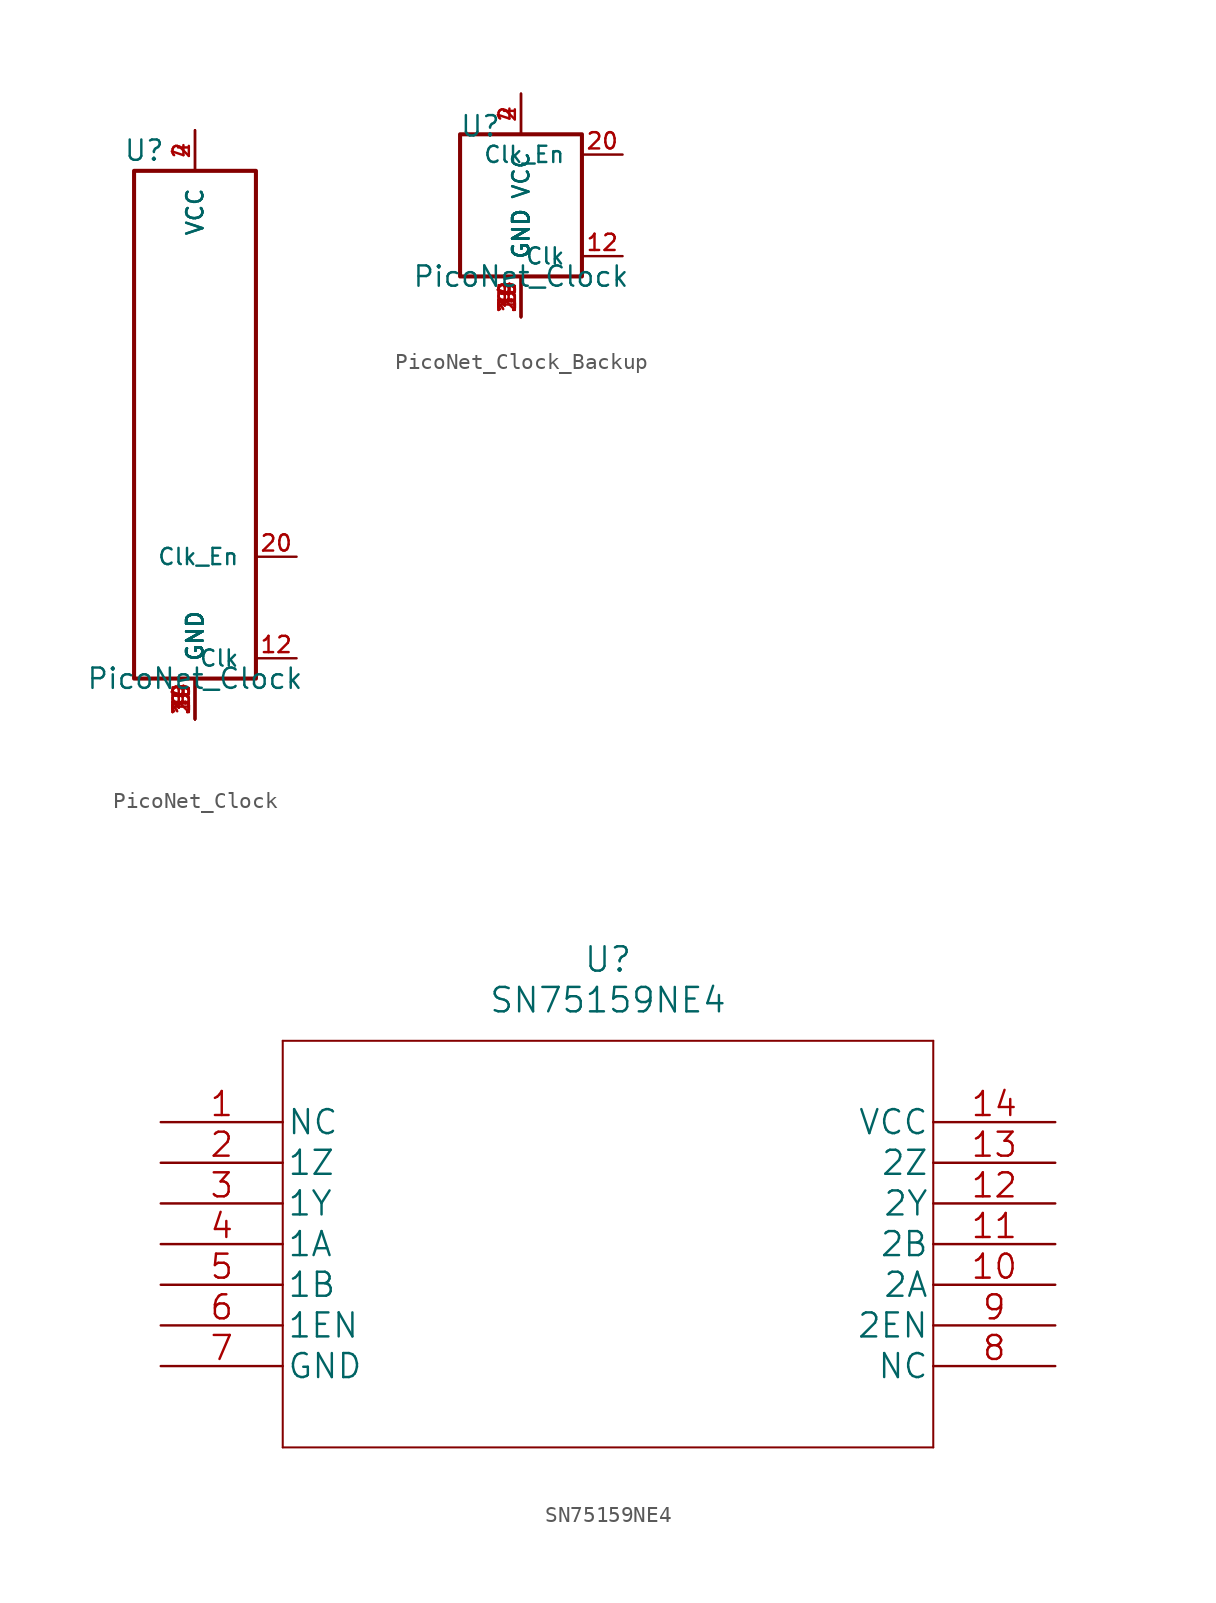
<source format=kicad_sym>
(kicad_symbol_lib
  (version 20220914)
  (generator kicad_symbol_editor)
  (symbol "PicoNet_Clock"
    (pin_names
      (offset 1.016))
    (property "Reference" "U"
      (at -6.985 33.02 0)
      (effects (font (size 1.27 1.27))))
    (property "Value" "PicoNet_Clock"
      (at -3.81 0 0)
      (effects (font (size 1.27 1.27))))
    (symbol "PicoNet_Clock_0_0"
      (pin power_in line (at -3.81 -2.54 90) (length 2.54) (name "GND" (effects (font (size 1.016 1.016)))) (number "14" (effects (font (size 1.016 1.016)))))
      (pin output line (at 2.54 7.62 180) (length 2.54) (name "Clk_En" (effects (font (size 1.016 1.016)))) (number "20" (effects (font (size 1.016 1.016)))))
      (pin power_in line (at -3.81 -2.54 90) (length 2.54) (name "GND" (effects (font (size 1.016 1.016)))) (number "25" (effects (font (size 1.016 1.016)))))
      (pin power_in line (at -3.81 -2.54 90) (length 2.54) (name "GND" (effects (font (size 1.016 1.016)))) (number "30" (effects (font (size 1.016 1.016)))))
      (pin power_in line (at -3.81 -2.54 90) (length 2.54) (name "GND" (effects (font (size 1.016 1.016)))) (number "34" (effects (font (size 1.016 1.016)))))
      (pin power_in line (at -3.81 -2.54 90) (length 2.54) (name "GND" (effects (font (size 1.016 1.016)))) (number "39" (effects (font (size 1.016 1.016)))))
      (pin power_in line (at -3.81 -2.54 90) (length 2.54) (name "GND" (effects (font (size 1.016 1.016)))) (number "9" (effects (font (size 1.016 1.016))))))
    (symbol "PicoNet_Clock_0_1"
      (rectangle (start -7.62 31.75) (end 0 0) (stroke (width 0.254) (type default)) (fill (type none)))
      (pin output line (at 2.54 1.27 180) (length 2.54) (name "Clk" (effects (font (size 1.016 1.016)))) (number "12" (effects (font (size 1.016 1.016))))))
    (symbol "PicoNet_Clock_1_0"
      (pin no_connect non_logic (at -7.62 22.86 0) (length 0) hide (name "N/C" (effects (font (size 1.016 1.016)))) (number "26" (effects (font (size 1.016 1.016)))))
      (pin no_connect non_logic (at 0 20.32 180) (length 0) hide (name "N/C" (effects (font (size 1.016 1.016)))) (number "8" (effects (font (size 1.016 1.016))))))
    (symbol "PicoNet_Clock_1_1"
      (pin no_connect non_logic (at 0 19.05 180) (length 0) hide (name "N/C" (effects (font (size 1.016 1.016)))) (number "1" (effects (font (size 1.016 1.016)))))
      (pin no_connect non_logic (at -7.62 21.59 0) (length 0) hide (name "N/C" (effects (font (size 1.016 1.016)))) (number "10" (effects (font (size 1.016 1.016)))))
      (pin no_connect non_logic (at -7.62 20.32 0) (length 0) hide (name "N/C" (effects (font (size 1.016 1.016)))) (number "11" (effects (font (size 1.016 1.016)))))
      (pin no_connect non_logic (at -7.62 19.05 0) (length 0) hide (name "N/C" (effects (font (size 1.016 1.016)))) (number "13" (effects (font (size 1.016 1.016)))))
      (pin no_connect non_logic (at -7.62 17.78 0) (length 0) hide (name "N/C" (effects (font (size 1.016 1.016)))) (number "15" (effects (font (size 1.016 1.016)))))
      (pin no_connect non_logic (at -7.62 16.51 0) (length 0) hide (name "N/C" (effects (font (size 1.016 1.016)))) (number "16" (effects (font (size 1.016 1.016)))))
      (pin no_connect non_logic (at -7.62 15.24 0) (length 0) hide (name "N/C" (effects (font (size 1.016 1.016)))) (number "17" (effects (font (size 1.016 1.016)))))
      (pin no_connect non_logic (at -7.62 13.97 0) (length 0) hide (name "N/C" (effects (font (size 1.016 1.016)))) (number "18" (effects (font (size 1.016 1.016)))))
      (pin no_connect non_logic (at -7.62 12.7 0) (length 0) hide (name "N/C" (effects (font (size 1.016 1.016)))) (number "19" (effects (font (size 1.016 1.016)))))
      (pin power_in line (at -3.81 34.29 270) (length 2.54) (name "VCC" (effects (font (size 1.016 1.016)))) (number "2" (effects (font (size 1.016 1.016)))))
      (pin no_connect non_logic (at -7.62 11.43 0) (length 0) hide (name "N/C" (effects (font (size 1.016 1.016)))) (number "21" (effects (font (size 1.016 1.016)))))
      (pin no_connect non_logic (at -7.62 10.16 0) (length 0) hide (name "N/C" (effects (font (size 1.016 1.016)))) (number "22" (effects (font (size 1.016 1.016)))))
      (pin no_connect non_logic (at 0 15.24 180) (length 0) hide (name "N/C" (effects (font (size 1.016 1.016)))) (number "23" (effects (font (size 1.016 1.016)))))
      (pin no_connect non_logic (at 0 13.97 180) (length 0) hide (name "N/C" (effects (font (size 1.016 1.016)))) (number "24" (effects (font (size 1.016 1.016)))))
      (pin no_connect non_logic (at 0 12.7 180) (length 0) hide (name "N/C" (effects (font (size 1.016 1.016)))) (number "27" (effects (font (size 1.016 1.016)))))
      (pin no_connect non_logic (at 0 11.43 180) (length 0) hide (name "N/C" (effects (font (size 1.016 1.016)))) (number "28" (effects (font (size 1.016 1.016)))))
      (pin no_connect non_logic (at 0 10.16 180) (length 0) hide (name "N/C" (effects (font (size 1.016 1.016)))) (number "29" (effects (font (size 1.016 1.016)))))
      (pin no_connect non_logic (at 0 17.78 180) (length 0) hide (name "N/C" (effects (font (size 1.016 1.016)))) (number "3" (effects (font (size 1.016 1.016)))))
      (pin no_connect non_logic (at -7.62 26.67 0) (length 0) hide (name "N/C" (effects (font (size 1.016 1.016)))) (number "31" (effects (font (size 1.016 1.016)))))
      (pin no_connect non_logic (at -7.62 25.4 0) (length 0) hide (name "N/C" (effects (font (size 1.016 1.016)))) (number "32" (effects (font (size 1.016 1.016)))))
      (pin no_connect non_logic (at -7.62 24.13 0) (length 0) hide (name "N/C" (effects (font (size 1.016 1.016)))) (number "33" (effects (font (size 1.016 1.016)))))
      (pin no_connect non_logic (at 0 26.67 180) (length 0) hide (name "N/C" (effects (font (size 1.016 1.016)))) (number "35" (effects (font (size 1.016 1.016)))))
      (pin no_connect non_logic (at 0 25.4 180) (length 0) hide (name "N/C" (effects (font (size 1.016 1.016)))) (number "36" (effects (font (size 1.016 1.016)))))
      (pin no_connect non_logic (at 0 24.13 180) (length 0) hide (name "N/C" (effects (font (size 1.016 1.016)))) (number "37" (effects (font (size 1.016 1.016)))))
      (pin no_connect non_logic (at 0 22.86 180) (length 0) hide (name "N/C" (effects (font (size 1.016 1.016)))) (number "38" (effects (font (size 1.016 1.016)))))
      (pin power_in line (at -3.81 34.29 270) (length 2.54) (name "VCC" (effects (font (size 1.016 1.016)))) (number "4" (effects (font (size 1.016 1.016)))))
      (pin no_connect non_logic (at 0 21.59 180) (length 0) hide (name "N/C" (effects (font (size 1.016 1.016)))) (number "40" (effects (font (size 1.016 1.016)))))
      (pin no_connect non_logic (at 0 16.51 180) (length 0) hide (name "N/C" (effects (font (size 1.016 1.016)))) (number "5" (effects (font (size 1.016 1.016)))))
      (pin power_in line (at -3.81 -2.54 90) (length 2.54) (name "GND" (effects (font (size 1.016 1.016)))) (number "6" (effects (font (size 1.016 1.016)))))
      (pin no_connect non_logic (at -7.62 8.89 0) (length 0) hide (name "N/C" (effects (font (size 1.016 1.016)))) (number "7" (effects (font (size 1.016 1.016)))))))
  (symbol "PicoNet_Clock_Backup"
    (pin_names
      (offset 1.016))
    (property "Reference" "U"
      (at -2.54 5.588 0)
      (effects (font (size 1.27 1.27))))
    (property "Value" "PicoNet_Clock"
      (at 0 -3.81 0)
      (effects (font (size 1.27 1.27))))
    (symbol "PicoNet_Clock_Backup_0_0"
      (pin power_in line (at 0 -6.35 90) (length 2.54) (name "GND" (effects (font (size 1.016 1.016)))) (number "14" (effects (font (size 1.016 1.016)))))
      (pin output line (at 6.35 3.81 180) (length 2.54) (name "Clk_En" (effects (font (size 1.016 1.016)))) (number "20" (effects (font (size 1.016 1.016)))))
      (pin power_in line (at 0 -6.35 90) (length 2.54) (name "GND" (effects (font (size 1.016 1.016)))) (number "25" (effects (font (size 1.016 1.016)))))
      (pin no_connect non_logic (at -3.81 0 0) (length 0) hide (name "N/C" (effects (font (size 1.016 1.016)))) (number "26" (effects (font (size 1.016 1.016)))))
      (pin power_in line (at 0 -6.35 90) (length 2.54) (name "GND" (effects (font (size 1.016 1.016)))) (number "30" (effects (font (size 1.016 1.016)))))
      (pin power_in line (at 0 -6.35 90) (length 2.54) (name "GND" (effects (font (size 1.016 1.016)))) (number "34" (effects (font (size 1.016 1.016)))))
      (pin power_in line (at 0 -6.35 90) (length 2.54) (name "GND" (effects (font (size 1.016 1.016)))) (number "39" (effects (font (size 1.016 1.016)))))
      (pin no_connect non_logic (at -3.81 0 0) (length 0) hide (name "N/C" (effects (font (size 1.016 1.016)))) (number "8" (effects (font (size 1.016 1.016)))))
      (pin power_in line (at 0 -6.35 90) (length 2.54) (name "GND" (effects (font (size 1.016 1.016)))) (number "9" (effects (font (size 1.016 1.016))))))
    (symbol "PicoNet_Clock_Backup_0_1"
      (rectangle (start -3.81 5.08) (end 3.81 -3.81) (stroke (width 0.254) (type default)) (fill (type none)))
      (pin no_connect non_logic (at -3.81 0 0) (length 0) hide (name "N/C" (effects (font (size 1.016 1.016)))) (number "10" (effects (font (size 1.016 1.016)))))
      (pin no_connect non_logic (at -3.81 0 0) (length 0) hide (name "N/C" (effects (font (size 1.016 1.016)))) (number "11" (effects (font (size 1.016 1.016)))))
      (pin output line (at 6.35 -2.54 180) (length 2.54) (name "Clk" (effects (font (size 1.016 1.016)))) (number "12" (effects (font (size 1.016 1.016)))))
      (pin no_connect non_logic (at -3.81 0 0) (length 0) hide (name "N/C" (effects (font (size 1.016 1.016)))) (number "13" (effects (font (size 1.016 1.016)))))
      (pin no_connect non_logic (at -3.81 0 0) (length 0) hide (name "N/C" (effects (font (size 1.016 1.016)))) (number "15" (effects (font (size 1.016 1.016)))))
      (pin no_connect non_logic (at -3.81 0 0) (length 0) hide (name "N/C" (effects (font (size 1.016 1.016)))) (number "16" (effects (font (size 1.016 1.016)))))
      (pin no_connect non_logic (at -3.81 0 0) (length 0) hide (name "N/C" (effects (font (size 1.016 1.016)))) (number "17" (effects (font (size 1.016 1.016)))))
      (pin no_connect non_logic (at -3.81 0 0) (length 0) hide (name "N/C" (effects (font (size 1.016 1.016)))) (number "18" (effects (font (size 1.016 1.016)))))
      (pin no_connect non_logic (at -3.81 0 0) (length 0) hide (name "N/C" (effects (font (size 1.016 1.016)))) (number "19" (effects (font (size 1.016 1.016)))))
      (pin no_connect non_logic (at -3.81 0 0) (length 0) hide (name "N/C" (effects (font (size 1.016 1.016)))) (number "27" (effects (font (size 1.016 1.016)))))
      (pin no_connect non_logic (at -3.81 0 0) (length 0) hide (name "N/C" (effects (font (size 1.016 1.016)))) (number "28" (effects (font (size 1.016 1.016)))))
      (pin no_connect non_logic (at -3.81 0 0) (length 0) hide (name "N/C" (effects (font (size 1.016 1.016)))) (number "29" (effects (font (size 1.016 1.016)))))
      (pin no_connect non_logic (at -3.81 0 0) (length 0) hide (name "N/C" (effects (font (size 1.016 1.016)))) (number "31" (effects (font (size 1.016 1.016)))))
      (pin no_connect non_logic (at -3.81 0 0) (length 0) hide (name "N/C" (effects (font (size 1.016 1.016)))) (number "32" (effects (font (size 1.016 1.016)))))
      (pin no_connect non_logic (at -3.81 0 0) (length 0) hide (name "N/C" (effects (font (size 1.016 1.016)))) (number "33" (effects (font (size 1.016 1.016)))))
      (pin no_connect non_logic (at -3.81 0 0) (length 0) hide (name "N/C" (effects (font (size 1.016 1.016)))) (number "35" (effects (font (size 1.016 1.016)))))
      (pin no_connect non_logic (at -3.81 0 0) (length 0) hide (name "N/C" (effects (font (size 1.016 1.016)))) (number "36" (effects (font (size 1.016 1.016)))))
      (pin no_connect non_logic (at -3.81 0 0) (length 0) hide (name "N/C" (effects (font (size 1.016 1.016)))) (number "37" (effects (font (size 1.016 1.016)))))
      (pin no_connect non_logic (at -3.81 0 0) (length 0) hide (name "N/C" (effects (font (size 1.016 1.016)))) (number "38" (effects (font (size 1.016 1.016)))))
      (pin no_connect non_logic (at -3.81 0 0) (length 0) hide (name "N/C" (effects (font (size 1.016 1.016)))) (number "40" (effects (font (size 1.016 1.016))))))
    (symbol "PicoNet_Clock_Backup_1_1"
      (pin no_connect non_logic (at -3.81 0 0) (length 0) hide (name "N/C" (effects (font (size 1.016 1.016)))) (number "1" (effects (font (size 1.016 1.016)))))
      (pin power_in line (at 0 7.62 270) (length 2.54) (name "VCC" (effects (font (size 1.016 1.016)))) (number "2" (effects (font (size 1.016 1.016)))))
      (pin no_connect non_logic (at -3.81 0 0) (length 0) hide (name "N/C" (effects (font (size 1.016 1.016)))) (number "21" (effects (font (size 1.016 1.016)))))
      (pin no_connect non_logic (at -3.81 0 0) (length 0) hide (name "N/C" (effects (font (size 1.016 1.016)))) (number "22" (effects (font (size 1.016 1.016)))))
      (pin no_connect non_logic (at -3.81 0 0) (length 0) hide (name "N/C" (effects (font (size 1.016 1.016)))) (number "23" (effects (font (size 1.016 1.016)))))
      (pin no_connect non_logic (at -3.81 0 0) (length 0) hide (name "N/C" (effects (font (size 1.016 1.016)))) (number "24" (effects (font (size 1.016 1.016)))))
      (pin no_connect non_logic (at -3.81 0 0) (length 0) hide (name "N/C" (effects (font (size 1.016 1.016)))) (number "3" (effects (font (size 1.016 1.016)))))
      (pin power_in line (at 0 7.62 270) (length 2.54) (name "VCC" (effects (font (size 1.016 1.016)))) (number "4" (effects (font (size 1.016 1.016)))))
      (pin no_connect non_logic (at -3.81 0 0) (length 0) hide (name "N/C" (effects (font (size 1.016 1.016)))) (number "5" (effects (font (size 1.016 1.016)))))
      (pin power_in line (at 0 -6.35 90) (length 2.54) (name "GND" (effects (font (size 1.016 1.016)))) (number "6" (effects (font (size 1.016 1.016)))))
      (pin no_connect non_logic (at -3.81 0 0) (length 0) hide (name "N/C" (effects (font (size 1.016 1.016)))) (number "7" (effects (font (size 1.016 1.016)))))))
  (symbol "SN75159NE4"
    (pin_names
      (offset 0.254))
    (property "Reference" "U"
      (at 27.94 10.16 0)
      (effects (font (size 1.524 1.524))))
    (property "Value" "SN75159NE4"
      (at 27.94 7.62 0)
      (effects (font (size 1.524 1.524))))
    (property "Datasheet" ""
      (at 0 0 0)
      (effects (font (size 1.524 1.524))))
    (property "ki_locked" ""
      (at 0 0 0)
      (effects (font (size 1.27 1.27))))
    (symbol "SN75159NE4_1_1"
      (polyline (pts (xy 7.62 -20.32) (xy 48.26 -20.32)) (stroke (width 0.127) (type default)) (fill (type none)))
      (polyline (pts (xy 7.62 5.08) (xy 7.62 -20.32)) (stroke (width 0.127) (type default)) (fill (type none)))
      (polyline (pts (xy 48.26 -20.32) (xy 48.26 5.08)) (stroke (width 0.127) (type default)) (fill (type none)))
      (polyline (pts (xy 48.26 5.08) (xy 7.62 5.08)) (stroke (width 0.127) (type default)) (fill (type none)))
      (pin unspecified line (at 0 0 0) (length 7.62) (name "NC" (effects (font (size 1.499 1.499)))) (number "1" (effects (font (size 1.499 1.499)))))
      (pin input line (at 55.88 -10.16 180) (length 7.62) (name "2A" (effects (font (size 1.499 1.499)))) (number "10" (effects (font (size 1.499 1.499)))))
      (pin input line (at 55.88 -7.62 180) (length 7.62) (name "2B" (effects (font (size 1.499 1.499)))) (number "11" (effects (font (size 1.499 1.499)))))
      (pin output line (at 55.88 -5.08 180) (length 7.62) (name "2Y" (effects (font (size 1.499 1.499)))) (number "12" (effects (font (size 1.499 1.499)))))
      (pin output line (at 55.88 -2.54 180) (length 7.62) (name "2Z" (effects (font (size 1.499 1.499)))) (number "13" (effects (font (size 1.499 1.499)))))
      (pin power_in line (at 55.88 0 180) (length 7.62) (name "VCC" (effects (font (size 1.499 1.499)))) (number "14" (effects (font (size 1.499 1.499)))))
      (pin output line (at 0 -2.54 0) (length 7.62) (name "1Z" (effects (font (size 1.499 1.499)))) (number "2" (effects (font (size 1.499 1.499)))))
      (pin output line (at 0 -5.08 0) (length 7.62) (name "1Y" (effects (font (size 1.499 1.499)))) (number "3" (effects (font (size 1.499 1.499)))))
      (pin input line (at 0 -7.62 0) (length 7.62) (name "1A" (effects (font (size 1.499 1.499)))) (number "4" (effects (font (size 1.499 1.499)))))
      (pin input line (at 0 -10.16 0) (length 7.62) (name "1B" (effects (font (size 1.499 1.499)))) (number "5" (effects (font (size 1.499 1.499)))))
      (pin input line (at 0 -12.7 0) (length 7.62) (name "1EN" (effects (font (size 1.499 1.499)))) (number "6" (effects (font (size 1.499 1.499)))))
      (pin power_in line (at 0 -15.24 0) (length 7.62) (name "GND" (effects (font (size 1.499 1.499)))) (number "7" (effects (font (size 1.499 1.499)))))
      (pin unspecified line (at 55.88 -15.24 180) (length 7.62) (name "NC" (effects (font (size 1.499 1.499)))) (number "8" (effects (font (size 1.499 1.499)))))
      (pin input line (at 55.88 -12.7 180) (length 7.62) (name "2EN" (effects (font (size 1.499 1.499)))) (number "9" (effects (font (size 1.499 1.499))))))))
</source>
